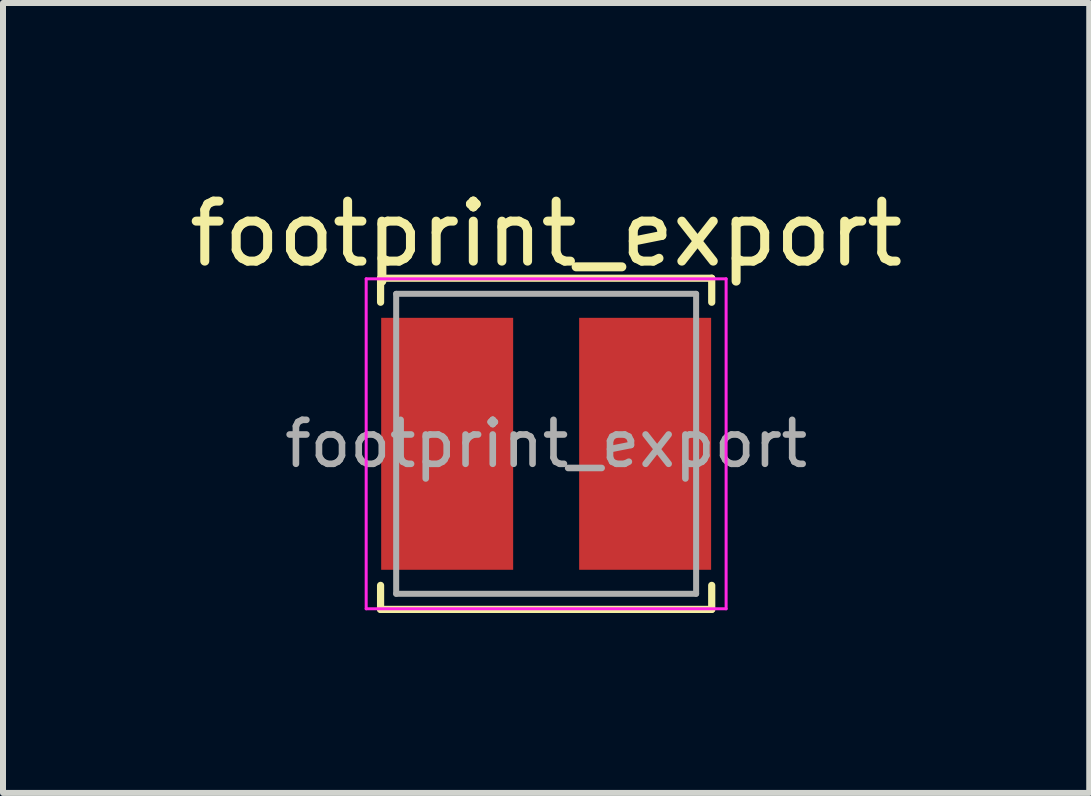
<source format=kicad_pcb>
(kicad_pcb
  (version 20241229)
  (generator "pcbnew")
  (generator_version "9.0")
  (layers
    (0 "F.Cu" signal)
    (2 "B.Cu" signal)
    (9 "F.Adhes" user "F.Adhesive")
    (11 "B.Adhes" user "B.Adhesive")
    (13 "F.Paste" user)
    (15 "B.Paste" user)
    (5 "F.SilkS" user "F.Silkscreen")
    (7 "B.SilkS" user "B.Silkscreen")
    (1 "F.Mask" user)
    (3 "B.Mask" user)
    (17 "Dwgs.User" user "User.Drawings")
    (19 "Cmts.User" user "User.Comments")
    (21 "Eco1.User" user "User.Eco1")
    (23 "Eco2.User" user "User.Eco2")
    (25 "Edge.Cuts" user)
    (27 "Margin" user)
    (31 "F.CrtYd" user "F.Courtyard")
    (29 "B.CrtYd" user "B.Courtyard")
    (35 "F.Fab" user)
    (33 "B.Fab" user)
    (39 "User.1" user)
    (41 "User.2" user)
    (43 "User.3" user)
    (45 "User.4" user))
  (footprint "footprint_export"
    (layer "F.Cu")
    (at 6.054 4.348)
    (property "Reference" "footprint_export" (at 0 -3.5 0) (layer "F.SilkS") (effects (font (size 1 1) (thickness 0.15))))
    (attr smd)
    (fp_line (start -2.76 -2.76) (end -2.76 -2.36) (stroke (width 0.12) (type solid)) (layer "F.SilkS"))
    (fp_line (start -2.76 -2.76) (end 2.76 -2.76) (stroke (width 0.12) (type solid)) (layer "F.SilkS"))
    (fp_line (start -2.76 2.76) (end -2.76 2.36) (stroke (width 0.12) (type solid)) (layer "F.SilkS"))
    (fp_line (start -2.76 2.76) (end 2.76 2.76) (stroke (width 0.12) (type solid)) (layer "F.SilkS"))
    (fp_line (start 2.76 -2.76) (end 2.76 -2.36) (stroke (width 0.12) (type solid)) (layer "F.SilkS"))
    (fp_line (start 2.76 2.76) (end 2.76 2.36) (stroke (width 0.12) (type solid)) (layer "F.SilkS"))
    (fp_line (start -3 -2.75) (end -3 2.75) (stroke (width 0.05) (type solid)) (layer "F.CrtYd"))
    (fp_line (start -3 2.75) (end 3 2.75) (stroke (width 0.05) (type solid)) (layer "F.CrtYd"))
    (fp_line (start 3 -2.75) (end -3 -2.75) (stroke (width 0.05) (type solid)) (layer "F.CrtYd"))
    (fp_line (start 3 2.75) (end 3 -2.75) (stroke (width 0.05) (type solid)) (layer "F.CrtYd"))
    (fp_line (start -2.5 -2.5) (end -2.5 2.5) (stroke (width 0.1) (type solid)) (layer "F.Fab"))
    (fp_line (start -2.5 2.5) (end 2.5 2.5) (stroke (width 0.1) (type solid)) (layer "F.Fab"))
    (fp_line (start 2.5 -2.5) (end -2.5 -2.5) (stroke (width 0.1) (type solid)) (layer "F.Fab"))
    (fp_line (start 2.5 2.5) (end 2.5 -2.5) (stroke (width 0.1) (type solid)) (layer "F.Fab"))
    (fp_text user "${REFERENCE}" (at 0 0 0) (layer "F.Fab") (effects (font (size 0.733 0.733) (thickness 0.11))))
    (pad "1" smd rect (at -1.65 0) (size 2.2 4.2) (layers "F.Cu" "F.Mask" "F.Paste"))
    (pad "2" smd rect (at 1.65 0) (size 2.2 4.2) (layers "F.Cu" "F.Mask" "F.Paste")))
  (gr_rect
    (start -3 -3)
    (end 15.107 10.168)
    (stroke (width 0.1) (type default))
    (fill no)
    (layer "Edge.Cuts")))
</source>
